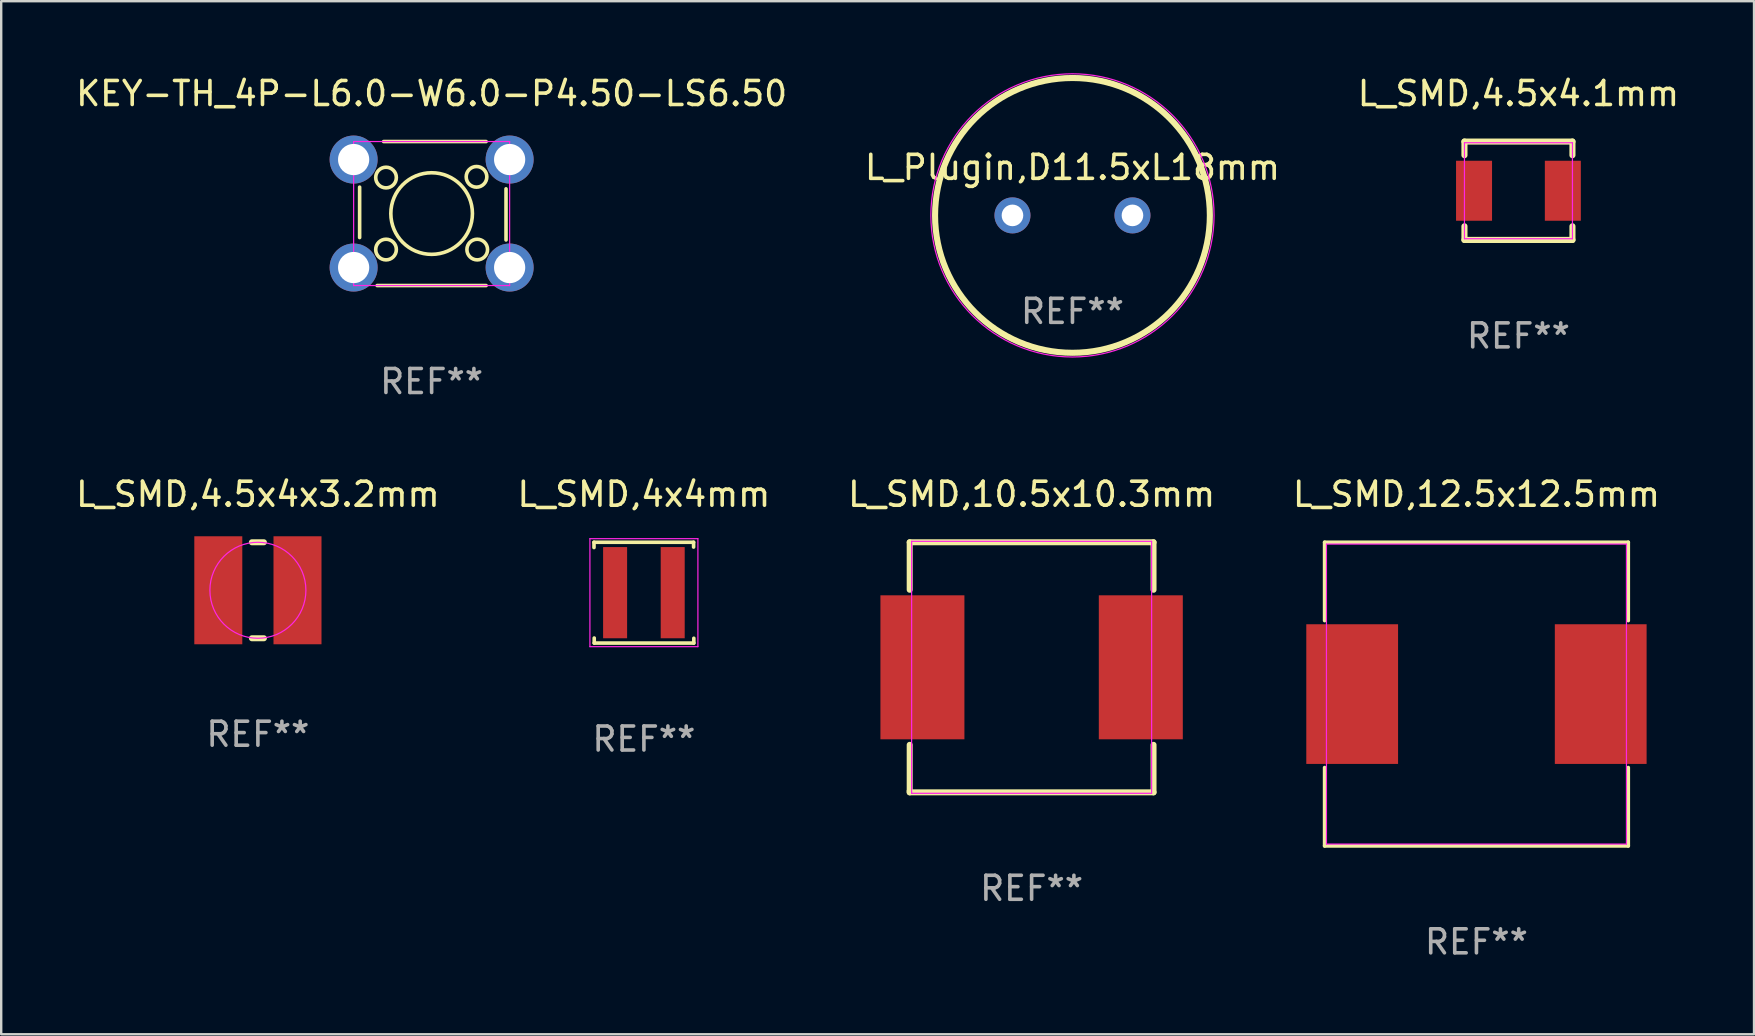
<source format=kicad_pcb>
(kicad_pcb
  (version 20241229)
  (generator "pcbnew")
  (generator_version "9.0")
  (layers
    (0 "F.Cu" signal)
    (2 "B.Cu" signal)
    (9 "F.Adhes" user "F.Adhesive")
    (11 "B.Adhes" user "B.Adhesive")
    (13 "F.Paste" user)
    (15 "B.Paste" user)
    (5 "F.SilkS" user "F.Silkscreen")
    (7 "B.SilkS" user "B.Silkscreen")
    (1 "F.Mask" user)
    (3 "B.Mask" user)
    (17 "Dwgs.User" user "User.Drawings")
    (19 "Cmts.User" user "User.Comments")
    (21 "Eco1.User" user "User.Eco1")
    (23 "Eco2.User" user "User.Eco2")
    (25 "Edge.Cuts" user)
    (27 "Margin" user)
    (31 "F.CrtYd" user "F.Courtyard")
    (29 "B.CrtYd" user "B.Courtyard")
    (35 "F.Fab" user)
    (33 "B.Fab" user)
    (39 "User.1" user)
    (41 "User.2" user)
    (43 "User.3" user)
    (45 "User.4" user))
  (footprint "KEY-TH_4P-L6.0-W6.0-P4.50-LS6.50"
    (layer "F.Cu")
    (at 14.935 5.848)
    (property "Reference" "KEY-TH_4P-L6.0-W6.0-P4.50-LS6.50" (at 0 -5 0) (layer "F.SilkS") (effects (font (size 1 1) (thickness 0.15))))
    (attr through_hole)
    (fp_line (start -3 -1.1) (end -3 1) (stroke (width 0.15) (type solid)) (layer "F.SilkS"))
    (fp_line (start -2.27 3) (end 2.27 3) (stroke (width 0.15) (type solid)) (layer "F.SilkS"))
    (fp_line (start -2 -3) (end 2.27 -3) (stroke (width 0.15) (type solid)) (layer "F.SilkS"))
    (fp_line (start 3.1 -1.03) (end 3.1 1.1) (stroke (width 0.15) (type solid)) (layer "F.SilkS"))
    (fp_circle (center -1.9 -1.5) (end -1.47 -1.5) (stroke (width 0.15) (type solid)) (fill no) (layer "F.SilkS"))
    (fp_circle (center -1.9 1.5) (end -1.47 1.5) (stroke (width 0.15) (type solid)) (fill no) (layer "F.SilkS"))
    (fp_circle (center 0 0) (end 1.7 0) (stroke (width 0.15) (type solid)) (fill no) (layer "F.SilkS"))
    (fp_circle (center 1.87 -1.53) (end 2.3 -1.53) (stroke (width 0.15) (type solid)) (fill no) (layer "F.SilkS"))
    (fp_circle (center 1.9 1.5) (end 2.33 1.5) (stroke (width 0.15) (type solid)) (fill no) (layer "F.SilkS"))
    (fp_line (start -3.25 -3) (end 3.25 -3) (stroke (width 0.05) (type default)) (layer "F.CrtYd"))
    (fp_line (start -3.25 3) (end -3.25 -3) (stroke (width 0.05) (type default)) (layer "F.CrtYd"))
    (fp_line (start 3.25 -3) (end 3.25 3) (stroke (width 0.05) (type default)) (layer "F.CrtYd"))
    (fp_line (start 3.25 3) (end -3.25 3) (stroke (width 0.05) (type default)) (layer "F.CrtYd"))
    (fp_text user "REF**" (at 0 7 0) (layer "F.Fab") (effects (font (size 1 1) (thickness 0.15))))
    (pad "1" thru_hole circle (at -3.25 -2.25) (size 2 2) (drill 1.3) (layers "*.Cu" "*.Mask"))
    (pad "2" thru_hole circle (at 3.25 -2.25) (size 2 2) (drill 1.3) (layers "*.Cu" "*.Mask"))
    (pad "3" thru_hole circle (at -3.25 2.25) (size 2 2) (drill 1.3) (layers "*.Cu" "*.Mask"))
    (pad "4" thru_hole circle (at 3.25 2.25) (size 2 2) (drill 1.3) (layers "*.Cu" "*.Mask")))
  (footprint "L_SMD,10.5x10.3mm"
    (layer "F.Cu")
    (at 39.935 24.755)
    (property "Reference" "L_SMD,10.5x10.3mm" (at 0 -7.21 0) (layer "F.SilkS") (effects (font (size 1 1) (thickness 0.15))))
    (attr smd)
    (fp_line (start -5.08 -5.21) (end 5.08 -5.21) (stroke (width 0.25) (type solid)) (layer "F.SilkS"))
    (fp_line (start -5.08 -3.23) (end -5.08 -5.21) (stroke (width 0.25) (type solid)) (layer "F.SilkS"))
    (fp_line (start -5.08 5.21) (end -5.08 3.23) (stroke (width 0.25) (type solid)) (layer "F.SilkS"))
    (fp_line (start 5.08 -5.21) (end 5.08 -3.23) (stroke (width 0.25) (type solid)) (layer "F.SilkS"))
    (fp_line (start 5.08 3.23) (end 5.08 5.21) (stroke (width 0.25) (type solid)) (layer "F.SilkS"))
    (fp_line (start 5.08 5.21) (end -5.08 5.21) (stroke (width 0.25) (type solid)) (layer "F.SilkS"))
    (fp_circle (center -5.15 5.15) (end -5.12 5.15) (stroke (width 0.06) (type solid)) (fill no) (layer "F.SilkS"))
    (fp_line (start -5 -5.25) (end -5 5.25) (stroke (width 0.05) (type default)) (layer "F.CrtYd"))
    (fp_line (start -5 5.25) (end 5 5.25) (stroke (width 0.05) (type default)) (layer "F.CrtYd"))
    (fp_line (start 5 -5.25) (end -5 -5.25) (stroke (width 0.05) (type default)) (layer "F.CrtYd"))
    (fp_line (start 5 5.25) (end 5 -5.25) (stroke (width 0.05) (type default)) (layer "F.CrtYd"))
    (fp_text user "REF**" (at 0 9.21 0) (layer "F.Fab") (effects (font (size 1 1) (thickness 0.15))))
    (pad "1" smd rect (at -4.55 0 90) (size 6 3.5) (layers "F.Cu" "F.Mask" "F.Paste"))
    (pad "2" smd rect (at 4.55 0 90) (size 6 3.5) (layers "F.Cu" "F.Mask" "F.Paste")))
  (footprint "L_SMD,4.5x4x3.2mm"
    (layer "F.Cu")
    (at 7.696 21.545)
    (property "Reference" "L_SMD,4.5x4x3.2mm" (at 0 -4 0) (layer "F.SilkS") (effects (font (size 1 1) (thickness 0.15))))
    (attr smd)
    (fp_line (start -0.25 -2) (end 0.25 -2) (stroke (width 0.25) (type solid)) (layer "F.SilkS"))
    (fp_line (start -0.25 2) (end 0.25 2) (stroke (width 0.25) (type solid)) (layer "F.SilkS"))
    (fp_circle (center 0 0) (end 0 -2) (stroke (width 0.05) (type default)) (fill no) (layer "F.CrtYd"))
    (fp_text user "REF**" (at 0 6 0) (layer "F.Fab") (effects (font (size 1 1) (thickness 0.15))))
    (pad "1" smd rect (at -1.65 0 90) (size 4.5 2) (layers "F.Cu" "F.Mask" "F.Paste"))
    (pad "2" smd rect (at 1.65 0 90) (size 4.5 2) (layers "F.Cu" "F.Mask" "F.Paste")))
  (footprint "L_Plugin,D11.5xL18mm"
    (layer "F.Cu")
    (at 41.637 5.925)
    (property "Reference" "L_Plugin,D11.5xL18mm" (at 0 -2 0) (layer "F.SilkS") (effects (font (size 1 1) (thickness 0.15))))
    (attr through_hole)
    (fp_circle (center -0.000127 0) (end 5.725 0) (stroke (width 0.254) (type solid)) (fill no) (layer "F.SilkS"))
    (fp_circle (center 0 0) (end 5.9 0) (stroke (width 0.05) (type default)) (fill no) (layer "F.CrtYd"))
    (fp_text user "REF**" (at 0 4 0) (layer "F.Fab") (effects (font (size 1 1) (thickness 0.15))))
    (pad "1" thru_hole circle (at -2.5 0) (size 1.5 1.5) (drill 0.9) (layers "*.Cu" "*.Mask"))
    (pad "2" thru_hole circle (at 2.5 0) (size 1.5 1.5) (drill 0.9) (layers "*.Cu" "*.Mask")))
  (footprint "L_SMD,4x4mm"
    (layer "F.Cu")
    (at 23.78 21.645)
    (property "Reference" "L_SMD,4x4mm" (at 0 -4.1 0) (layer "F.SilkS") (effects (font (size 1 1) (thickness 0.15))))
    (attr smd)
    (fp_line (start -2.08 -2.1) (end -2.08 -1.88) (stroke (width 0.15) (type solid)) (layer "F.SilkS"))
    (fp_line (start -2.07 1.89) (end -2.07 2.1) (stroke (width 0.15) (type solid)) (layer "F.SilkS"))
    (fp_line (start -2.07 2.1) (end 2.08 2.1) (stroke (width 0.15) (type solid)) (layer "F.SilkS"))
    (fp_line (start 2.07 -2.1) (end -2.08 -2.1) (stroke (width 0.15) (type solid)) (layer "F.SilkS"))
    (fp_line (start 2.07 -1.9) (end 2.07 -2.1) (stroke (width 0.15) (type solid)) (layer "F.SilkS"))
    (fp_line (start 2.08 2.1) (end 2.08 1.9) (stroke (width 0.15) (type solid)) (layer "F.SilkS"))
    (fp_line (start -2.25 -2.25) (end 2.25 -2.25) (stroke (width 0.05) (type default)) (layer "F.CrtYd"))
    (fp_line (start -2.25 2.25) (end -2.25 -2.25) (stroke (width 0.05) (type default)) (layer "F.CrtYd"))
    (fp_line (start 2.25 -2.25) (end 2.25 2.25) (stroke (width 0.05) (type default)) (layer "F.CrtYd"))
    (fp_line (start 2.25 2.25) (end -2.25 2.25) (stroke (width 0.05) (type default)) (layer "F.CrtYd"))
    (fp_text user "REF**" (at 0 6.1 0) (layer "F.Fab") (effects (font (size 1 1) (thickness 0.15))))
    (pad "1" smd rect (at -1.2 0) (size 1 3.8) (layers "F.Cu" "F.Mask" "F.Paste"))
    (pad "2" smd rect (at 1.2 0) (size 1 3.8) (layers "F.Cu" "F.Mask" "F.Paste")))
  (footprint "L_SMD,12.5x12.5mm"
    (layer "F.Cu")
    (at 58.47 25.871)
    (property "Reference" "L_SMD,12.5x12.5mm" (at 0 -8.326 0) (layer "F.SilkS") (effects (font (size 1 1) (thickness 0.15))))
    (attr smd)
    (fp_line (start -6.326 -6.326) (end 6.326 -6.326) (stroke (width 0.152) (type solid)) (layer "F.SilkS"))
    (fp_line (start -6.326 -3.062) (end -6.326 -6.326) (stroke (width 0.152) (type solid)) (layer "F.SilkS"))
    (fp_line (start -6.326 3.062) (end -6.326 6.326) (stroke (width 0.152) (type solid)) (layer "F.SilkS"))
    (fp_line (start -6.326 6.326) (end 6.326 6.326) (stroke (width 0.152) (type solid)) (layer "F.SilkS"))
    (fp_line (start 6.326 -6.326) (end 6.326 -3.062) (stroke (width 0.152) (type solid)) (layer "F.SilkS"))
    (fp_line (start 6.326 6.326) (end 6.326 3.062) (stroke (width 0.152) (type solid)) (layer "F.SilkS"))
    (fp_line (start -6.25 -6.25) (end -6.25 6.25) (stroke (width 0.05) (type default)) (layer "F.CrtYd"))
    (fp_line (start -6.25 6.25) (end 6.25 6.25) (stroke (width 0.05) (type default)) (layer "F.CrtYd"))
    (fp_line (start 6.25 -6.25) (end -6.25 -6.25) (stroke (width 0.05) (type default)) (layer "F.CrtYd"))
    (fp_line (start 6.25 6.25) (end 6.25 -6.25) (stroke (width 0.05) (type default)) (layer "F.CrtYd"))
    (fp_text user "REF**" (at 0 10.326 0) (layer "F.Fab") (effects (font (size 1 1) (thickness 0.15))))
    (pad "1" smd rect (at 5.178 0) (size 3.824 5.82) (layers "F.Cu" "F.Mask" "F.Paste"))
    (pad "2" smd rect (at -5.178 0) (size 3.824 5.82) (layers "F.Cu" "F.Mask" "F.Paste")))
  (footprint "L_SMD,4.5x4.1mm"
    (layer "F.Cu")
    (at 60.22 4.898)
    (property "Reference" "L_SMD,4.5x4.1mm" (at 0 -4.05 0) (layer "F.SilkS") (effects (font (size 1 1) (thickness 0.15))))
    (attr smd)
    (fp_line (start -2.25 -2.05) (end -2.25 -1.481) (stroke (width 0.254) (type solid)) (layer "F.SilkS"))
    (fp_line (start -2.25 -2.05) (end 2.25 -2.05) (stroke (width 0.254) (type solid)) (layer "F.SilkS"))
    (fp_line (start -2.25 1.481) (end -2.25 2.05) (stroke (width 0.254) (type solid)) (layer "F.SilkS"))
    (fp_line (start -2.25 2.05) (end 2.25 2.05) (stroke (width 0.254) (type solid)) (layer "F.SilkS"))
    (fp_line (start 2.25 -2.05) (end 2.25 -1.481) (stroke (width 0.254) (type solid)) (layer "F.SilkS"))
    (fp_line (start 2.25 1.481) (end 2.25 2.05) (stroke (width 0.254) (type solid)) (layer "F.SilkS"))
    (fp_circle (center -2.23 2.03) (end -2.2 2.03) (stroke (width 0.06) (type solid)) (fill no) (layer "F.SilkS"))
    (fp_line (start -2.25 -2) (end -2.25 2) (stroke (width 0.05) (type default)) (layer "F.CrtYd"))
    (fp_line (start -2.25 2) (end 2.25 2) (stroke (width 0.05) (type default)) (layer "F.CrtYd"))
    (fp_line (start 2.25 -2) (end -2.25 -2) (stroke (width 0.05) (type default)) (layer "F.CrtYd"))
    (fp_line (start 2.25 2) (end 2.25 -2) (stroke (width 0.05) (type default)) (layer "F.CrtYd"))
    (fp_text user "REF**" (at 0 6.05 0) (layer "F.Fab") (effects (font (size 1 1) (thickness 0.15))))
    (pad "1" smd rect (at -1.85 0 90) (size 2.5 1.5) (layers "F.Cu" "F.Mask" "F.Paste"))
    (pad "2" smd rect (at 1.85 0 90) (size 2.5 1.5) (layers "F.Cu" "F.Mask" "F.Paste")))
  (gr_rect
    (start -3 -3)
    (end 70.036 40.045)
    (stroke (width 0.1) (type default))
    (fill no)
    (layer "Edge.Cuts")))
</source>
